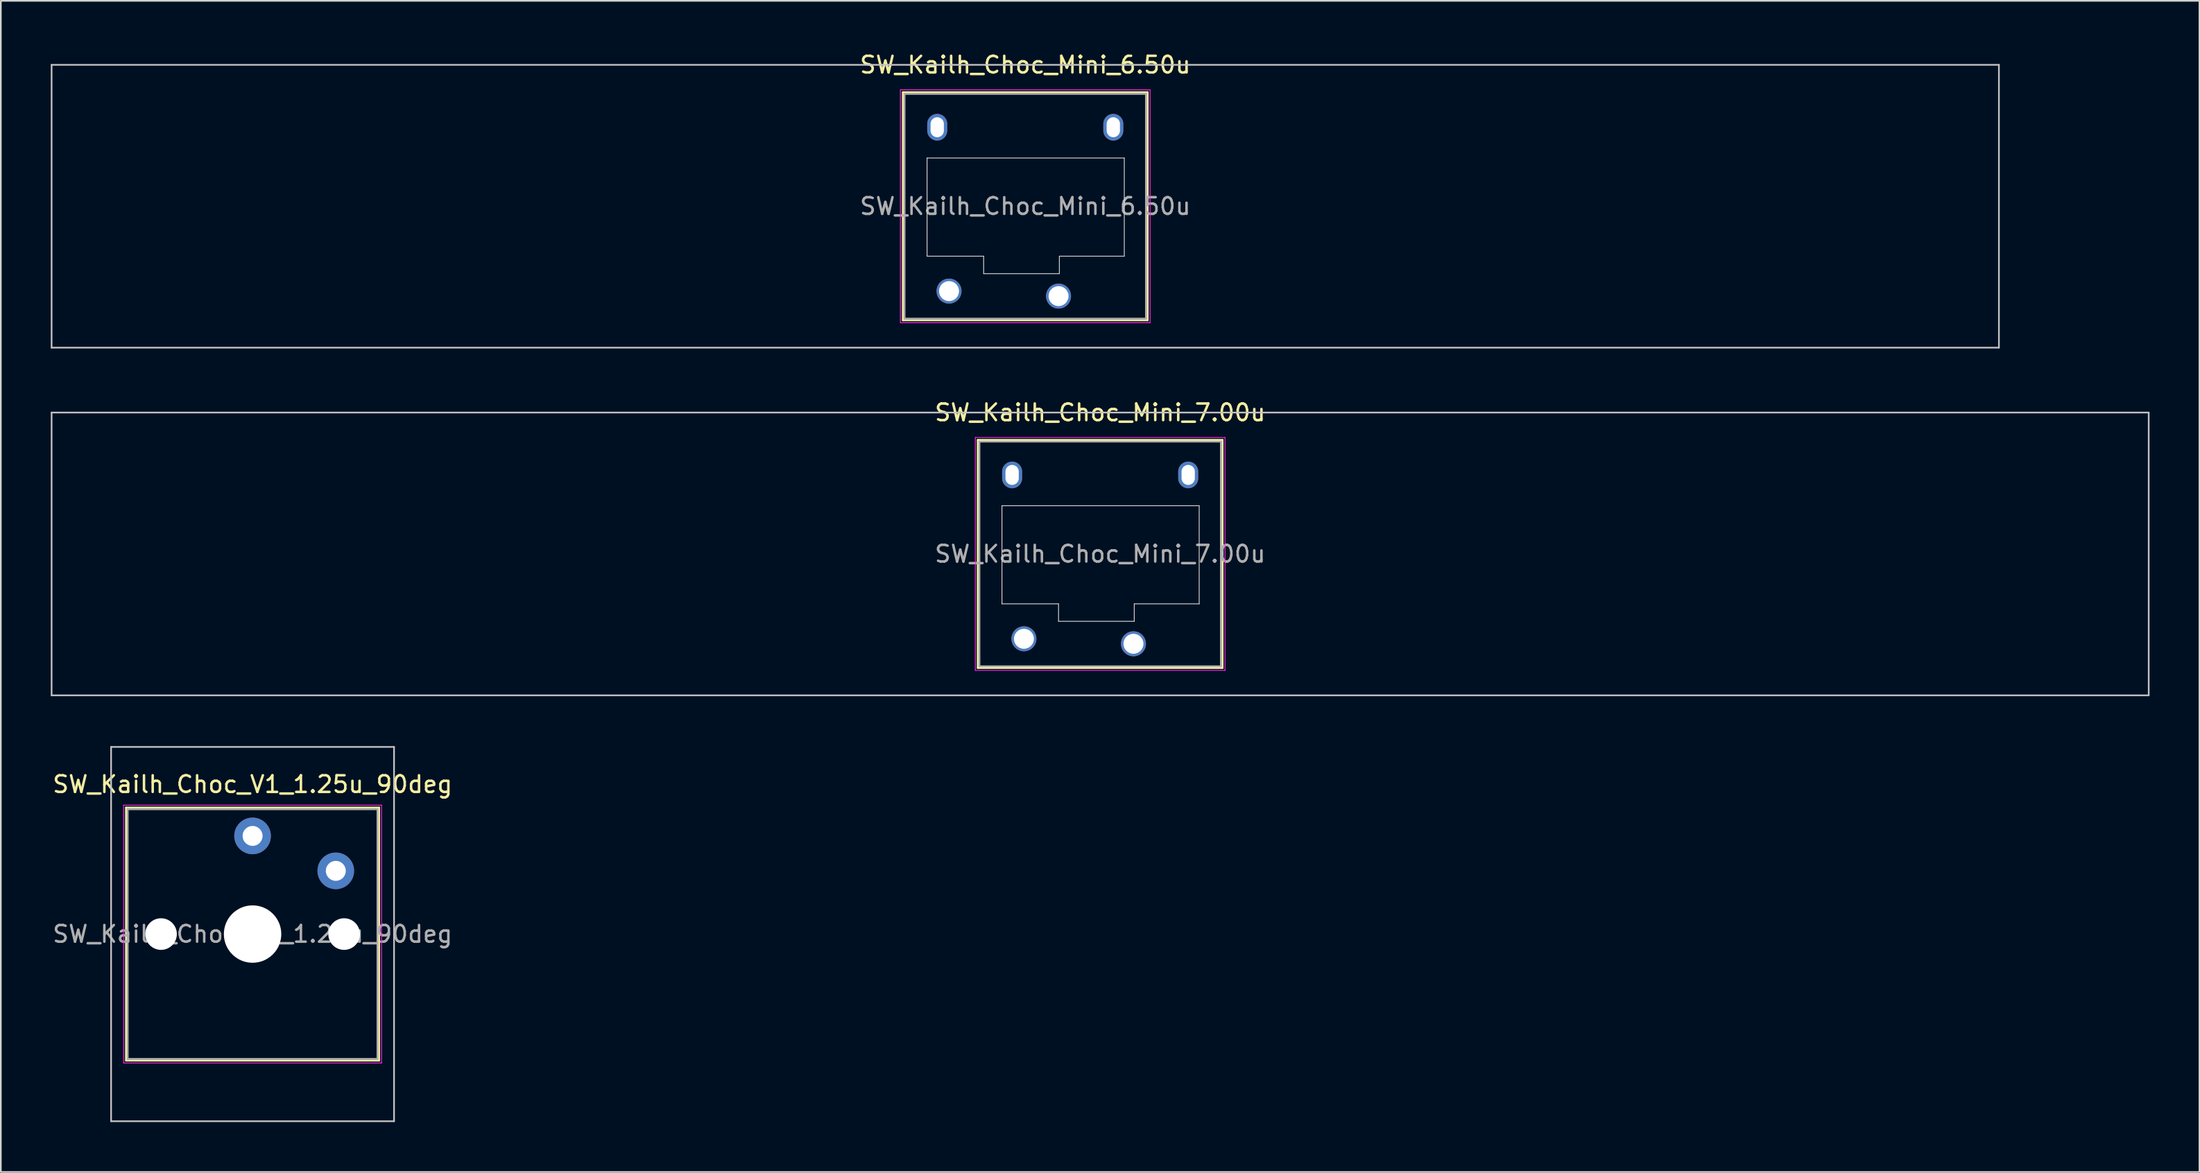
<source format=kicad_pcb>
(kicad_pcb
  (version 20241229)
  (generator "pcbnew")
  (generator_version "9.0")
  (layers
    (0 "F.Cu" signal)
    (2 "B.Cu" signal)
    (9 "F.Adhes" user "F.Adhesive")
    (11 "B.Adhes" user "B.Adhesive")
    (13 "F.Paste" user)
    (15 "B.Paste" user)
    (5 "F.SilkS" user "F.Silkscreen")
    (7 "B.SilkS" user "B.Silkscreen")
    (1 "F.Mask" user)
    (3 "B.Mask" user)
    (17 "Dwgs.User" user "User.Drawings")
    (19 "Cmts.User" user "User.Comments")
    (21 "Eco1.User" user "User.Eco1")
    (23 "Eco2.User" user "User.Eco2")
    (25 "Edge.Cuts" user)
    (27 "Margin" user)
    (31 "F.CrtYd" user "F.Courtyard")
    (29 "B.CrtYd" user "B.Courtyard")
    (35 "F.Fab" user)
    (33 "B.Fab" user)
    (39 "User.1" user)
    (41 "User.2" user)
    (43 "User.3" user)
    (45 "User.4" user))
  (footprint "SW_Kailh_Choc_Mini_6.50u"
    (layer "F.Cu")
    (at 58.55 9.348)
    (property "Reference" "SW_Kailh_Choc_Mini_6.50u" (at 0 -8.5 0) (layer "F.SilkS") (effects (font (size 1 1) (thickness 0.15))))
    (attr through_hole)
    (fp_line (start -7.35 -6.85) (end -7.35 6.85) (stroke (width 0.12) (type solid)) (layer "F.SilkS"))
    (fp_line (start -7.35 6.85) (end 7.35 6.85) (stroke (width 0.12) (type solid)) (layer "F.SilkS"))
    (fp_line (start 7.35 -6.85) (end -7.35 -6.85) (stroke (width 0.12) (type solid)) (layer "F.SilkS"))
    (fp_line (start 7.35 6.85) (end 7.35 -6.85) (stroke (width 0.12) (type solid)) (layer "F.SilkS"))
    (fp_line (start -58.5 -8.5) (end -58.5 8.5) (stroke (width 0.1) (type solid)) (layer "Dwgs.User"))
    (fp_line (start -58.5 8.5) (end 58.5 8.5) (stroke (width 0.1) (type solid)) (layer "Dwgs.User"))
    (fp_line (start 58.5 -8.5) (end -58.5 -8.5) (stroke (width 0.1) (type solid)) (layer "Dwgs.User"))
    (fp_line (start 58.5 8.5) (end 58.5 -8.5) (stroke (width 0.1) (type solid)) (layer "Dwgs.User"))
    (fp_line (start -6.85 -6.35) (end -6.85 6.35) (stroke (width 0.1) (type solid)) (layer "Eco1.User"))
    (fp_line (start -6.85 6.35) (end 6.85 6.35) (stroke (width 0.1) (type solid)) (layer "Eco1.User"))
    (fp_line (start 6.85 -6.35) (end -6.85 -6.35) (stroke (width 0.1) (type solid)) (layer "Eco1.User"))
    (fp_line (start 6.85 6.35) (end 6.85 -6.35) (stroke (width 0.1) (type solid)) (layer "Eco1.User"))
    (fp_line (start -5.9 -2.9) (end -5.9 3) (stroke (width 0.05) (type solid)) (layer "Edge.Cuts"))
    (fp_line (start -5.9 3) (end -2.5 3) (stroke (width 0.05) (type solid)) (layer "Edge.Cuts"))
    (fp_line (start -2.5 3) (end -2.5 4.05) (stroke (width 0.05) (type solid)) (layer "Edge.Cuts"))
    (fp_line (start -2.5 4.05) (end 2.05 4.05) (stroke (width 0.05) (type solid)) (layer "Edge.Cuts"))
    (fp_line (start 2.05 3) (end 5.95 3) (stroke (width 0.05) (type solid)) (layer "Edge.Cuts"))
    (fp_line (start 2.05 4.05) (end 2.05 3) (stroke (width 0.05) (type solid)) (layer "Edge.Cuts"))
    (fp_line (start 5.95 -2.9) (end -5.9 -2.9) (stroke (width 0.05) (type solid)) (layer "Edge.Cuts"))
    (fp_line (start 5.95 3) (end 5.95 -2.9) (stroke (width 0.05) (type solid)) (layer "Edge.Cuts"))
    (fp_line (start -7.5 -7) (end -7.5 7) (stroke (width 0.05) (type solid)) (layer "F.CrtYd"))
    (fp_line (start -7.5 7) (end 7.5 7) (stroke (width 0.05) (type solid)) (layer "F.CrtYd"))
    (fp_line (start 7.5 -7) (end -7.5 -7) (stroke (width 0.05) (type solid)) (layer "F.CrtYd"))
    (fp_line (start 7.5 7) (end 7.5 -7) (stroke (width 0.05) (type solid)) (layer "F.CrtYd"))
    (fp_line (start -7.25 -6.75) (end -7.25 6.75) (stroke (width 0.1) (type solid)) (layer "F.Fab"))
    (fp_line (start -7.25 6.75) (end 7.25 6.75) (stroke (width 0.1) (type solid)) (layer "F.Fab"))
    (fp_line (start 7.25 -6.75) (end -7.25 -6.75) (stroke (width 0.1) (type solid)) (layer "F.Fab"))
    (fp_line (start 7.25 6.75) (end 7.25 -6.75) (stroke (width 0.1) (type solid)) (layer "F.Fab"))
    (fp_text user "${REFERENCE}" (at 0 0 0) (layer "F.Fab") (effects (font (size 1 1) (thickness 0.15))))
    (pad "" np_thru_hole oval (at -5.29 -4.75) (size 1.2 1.6) (drill oval 0.8 1.2) (layers "*.Cu" "*.Mask"))
    (pad "" np_thru_hole oval (at 5.29 -4.75) (size 1.2 1.6) (drill oval 0.8 1.2) (layers "*.Cu" "*.Mask"))
    (pad "1" thru_hole circle (at 2 5.4) (size 1.5 1.5) (drill 1.2) (layers "*.Cu" "*.Mask"))
    (pad "2" thru_hole circle (at -4.58 5.1) (size 1.5 1.5) (drill 1.2) (layers "*.Cu" "*.Mask")))
  (footprint "SW_Kailh_Choc_Mini_7.00u"
    (layer "F.Cu")
    (at 63.05 30.247)
    (property "Reference" "SW_Kailh_Choc_Mini_7.00u" (at 0 -8.5 0) (layer "F.SilkS") (effects (font (size 1 1) (thickness 0.15))))
    (attr through_hole)
    (fp_line (start -7.35 -6.85) (end -7.35 6.85) (stroke (width 0.12) (type solid)) (layer "F.SilkS"))
    (fp_line (start -7.35 6.85) (end 7.35 6.85) (stroke (width 0.12) (type solid)) (layer "F.SilkS"))
    (fp_line (start 7.35 -6.85) (end -7.35 -6.85) (stroke (width 0.12) (type solid)) (layer "F.SilkS"))
    (fp_line (start 7.35 6.85) (end 7.35 -6.85) (stroke (width 0.12) (type solid)) (layer "F.SilkS"))
    (fp_line (start -63 -8.5) (end -63 8.5) (stroke (width 0.1) (type solid)) (layer "Dwgs.User"))
    (fp_line (start -63 8.5) (end 63 8.5) (stroke (width 0.1) (type solid)) (layer "Dwgs.User"))
    (fp_line (start 63 -8.5) (end -63 -8.5) (stroke (width 0.1) (type solid)) (layer "Dwgs.User"))
    (fp_line (start 63 8.5) (end 63 -8.5) (stroke (width 0.1) (type solid)) (layer "Dwgs.User"))
    (fp_line (start -6.85 -6.35) (end -6.85 6.35) (stroke (width 0.1) (type solid)) (layer "Eco1.User"))
    (fp_line (start -6.85 6.35) (end 6.85 6.35) (stroke (width 0.1) (type solid)) (layer "Eco1.User"))
    (fp_line (start 6.85 -6.35) (end -6.85 -6.35) (stroke (width 0.1) (type solid)) (layer "Eco1.User"))
    (fp_line (start 6.85 6.35) (end 6.85 -6.35) (stroke (width 0.1) (type solid)) (layer "Eco1.User"))
    (fp_line (start -5.9 -2.9) (end -5.9 3) (stroke (width 0.05) (type solid)) (layer "Edge.Cuts"))
    (fp_line (start -5.9 3) (end -2.5 3) (stroke (width 0.05) (type solid)) (layer "Edge.Cuts"))
    (fp_line (start -2.5 3) (end -2.5 4.05) (stroke (width 0.05) (type solid)) (layer "Edge.Cuts"))
    (fp_line (start -2.5 4.05) (end 2.05 4.05) (stroke (width 0.05) (type solid)) (layer "Edge.Cuts"))
    (fp_line (start 2.05 3) (end 5.95 3) (stroke (width 0.05) (type solid)) (layer "Edge.Cuts"))
    (fp_line (start 2.05 4.05) (end 2.05 3) (stroke (width 0.05) (type solid)) (layer "Edge.Cuts"))
    (fp_line (start 5.95 -2.9) (end -5.9 -2.9) (stroke (width 0.05) (type solid)) (layer "Edge.Cuts"))
    (fp_line (start 5.95 3) (end 5.95 -2.9) (stroke (width 0.05) (type solid)) (layer "Edge.Cuts"))
    (fp_line (start -7.5 -7) (end -7.5 7) (stroke (width 0.05) (type solid)) (layer "F.CrtYd"))
    (fp_line (start -7.5 7) (end 7.5 7) (stroke (width 0.05) (type solid)) (layer "F.CrtYd"))
    (fp_line (start 7.5 -7) (end -7.5 -7) (stroke (width 0.05) (type solid)) (layer "F.CrtYd"))
    (fp_line (start 7.5 7) (end 7.5 -7) (stroke (width 0.05) (type solid)) (layer "F.CrtYd"))
    (fp_line (start -7.25 -6.75) (end -7.25 6.75) (stroke (width 0.1) (type solid)) (layer "F.Fab"))
    (fp_line (start -7.25 6.75) (end 7.25 6.75) (stroke (width 0.1) (type solid)) (layer "F.Fab"))
    (fp_line (start 7.25 -6.75) (end -7.25 -6.75) (stroke (width 0.1) (type solid)) (layer "F.Fab"))
    (fp_line (start 7.25 6.75) (end 7.25 -6.75) (stroke (width 0.1) (type solid)) (layer "F.Fab"))
    (fp_text user "${REFERENCE}" (at 0 0 0) (layer "F.Fab") (effects (font (size 1 1) (thickness 0.15))))
    (pad "" np_thru_hole oval (at -5.29 -4.75) (size 1.2 1.6) (drill oval 0.8 1.2) (layers "*.Cu" "*.Mask"))
    (pad "" np_thru_hole oval (at 5.29 -4.75) (size 1.2 1.6) (drill oval 0.8 1.2) (layers "*.Cu" "*.Mask"))
    (pad "1" thru_hole circle (at 2 5.4) (size 1.5 1.5) (drill 1.2) (layers "*.Cu" "*.Mask"))
    (pad "2" thru_hole circle (at -4.58 5.1) (size 1.5 1.5) (drill 1.2) (layers "*.Cu" "*.Mask")))
  (footprint "SW_Kailh_Choc_V1_1.25u_90deg"
    (layer "F.Cu")
    (at 12.125 53.096)
    (property "Reference" "SW_Kailh_Choc_V1_1.25u_90deg" (at 0 -9 0) (layer "F.SilkS") (effects (font (size 1 1) (thickness 0.15))))
    (attr through_hole)
    (fp_line (start -7.6 -7.6) (end -7.6 7.6) (stroke (width 0.12) (type solid)) (layer "F.SilkS"))
    (fp_line (start -7.6 7.6) (end 7.6 7.6) (stroke (width 0.12) (type solid)) (layer "F.SilkS"))
    (fp_line (start 7.6 -7.6) (end -7.6 -7.6) (stroke (width 0.12) (type solid)) (layer "F.SilkS"))
    (fp_line (start 7.6 7.6) (end 7.6 -7.6) (stroke (width 0.12) (type solid)) (layer "F.SilkS"))
    (fp_line (start -8.5 -11.25) (end 8.5 -11.25) (stroke (width 0.1) (type solid)) (layer "Dwgs.User"))
    (fp_line (start -8.5 11.25) (end -8.5 -11.25) (stroke (width 0.1) (type solid)) (layer "Dwgs.User"))
    (fp_line (start 8.5 -11.25) (end 8.5 11.25) (stroke (width 0.1) (type solid)) (layer "Dwgs.User"))
    (fp_line (start 8.5 11.25) (end -8.5 11.25) (stroke (width 0.1) (type solid)) (layer "Dwgs.User"))
    (fp_line (start -7.25 -7.25) (end -7.25 7.25) (stroke (width 0.1) (type solid)) (layer "Eco1.User"))
    (fp_line (start -7.25 7.25) (end 7.25 7.25) (stroke (width 0.1) (type solid)) (layer "Eco1.User"))
    (fp_line (start 7.25 -7.25) (end -7.25 -7.25) (stroke (width 0.1) (type solid)) (layer "Eco1.User"))
    (fp_line (start 7.25 7.25) (end 7.25 -7.25) (stroke (width 0.1) (type solid)) (layer "Eco1.User"))
    (fp_line (start -7.75 -7.75) (end -7.75 7.75) (stroke (width 0.05) (type solid)) (layer "F.CrtYd"))
    (fp_line (start -7.75 7.75) (end 7.75 7.75) (stroke (width 0.05) (type solid)) (layer "F.CrtYd"))
    (fp_line (start 7.75 -7.75) (end -7.75 -7.75) (stroke (width 0.05) (type solid)) (layer "F.CrtYd"))
    (fp_line (start 7.75 7.75) (end 7.75 -7.75) (stroke (width 0.05) (type solid)) (layer "F.CrtYd"))
    (fp_line (start -7.5 -7.5) (end -7.5 7.5) (stroke (width 0.1) (type solid)) (layer "F.Fab"))
    (fp_line (start -7.5 7.5) (end 7.5 7.5) (stroke (width 0.1) (type solid)) (layer "F.Fab"))
    (fp_line (start 7.5 -7.5) (end -7.5 -7.5) (stroke (width 0.1) (type solid)) (layer "F.Fab"))
    (fp_line (start 7.5 7.5) (end 7.5 -7.5) (stroke (width 0.1) (type solid)) (layer "F.Fab"))
    (fp_text user "${REFERENCE}" (at 0 0 0) (layer "F.Fab") (effects (font (size 1 1) (thickness 0.15))))
    (pad "" np_thru_hole circle (at -5.5 0) (size 1.9 1.9) (drill 1.9) (layers "*.Cu" "*.Mask"))
    (pad "" np_thru_hole circle (at 0 0) (size 3.45 3.45) (drill 3.45) (layers "*.Cu" "*.Mask"))
    (pad "" np_thru_hole circle (at 5.5 0) (size 1.9 1.9) (drill 1.9) (layers "*.Cu" "*.Mask"))
    (pad "1" thru_hole circle (at 0 -5.9) (size 2.2 2.2) (drill 1.2) (layers "*.Cu" "*.Mask"))
    (pad "2" thru_hole circle (at 5 -3.8) (size 2.2 2.2) (drill 1.2) (layers "*.Cu" "*.Mask")))
  (gr_rect
    (start -3 -3)
    (end 129.1 67.397)
    (stroke (width 0.1) (type default))
    (fill no)
    (layer "Edge.Cuts")))
</source>
